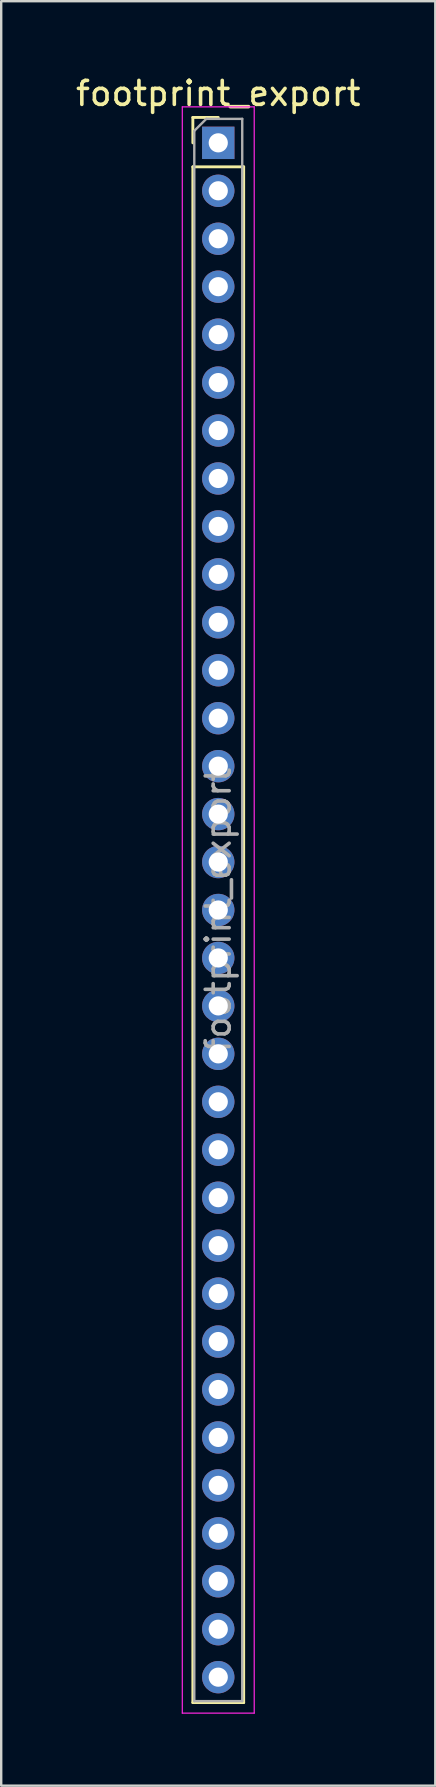
<source format=kicad_pcb>
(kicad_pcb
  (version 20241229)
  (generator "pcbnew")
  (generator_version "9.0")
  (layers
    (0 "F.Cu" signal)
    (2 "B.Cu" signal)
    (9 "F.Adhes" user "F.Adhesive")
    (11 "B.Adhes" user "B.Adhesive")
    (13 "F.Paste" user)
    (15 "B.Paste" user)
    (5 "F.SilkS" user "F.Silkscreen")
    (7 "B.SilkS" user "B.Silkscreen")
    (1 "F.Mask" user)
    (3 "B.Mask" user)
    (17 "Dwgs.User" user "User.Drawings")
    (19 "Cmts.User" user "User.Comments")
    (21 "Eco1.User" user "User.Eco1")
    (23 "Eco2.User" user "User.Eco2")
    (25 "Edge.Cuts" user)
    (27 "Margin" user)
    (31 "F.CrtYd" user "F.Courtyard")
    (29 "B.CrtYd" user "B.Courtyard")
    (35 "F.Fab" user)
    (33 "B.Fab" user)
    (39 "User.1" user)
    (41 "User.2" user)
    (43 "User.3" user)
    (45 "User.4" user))
  (footprint "footprint_export"
    (layer "F.Cu")
    (at 6.054 2.908)
    (property "Reference" "footprint_export" (at 0 -2.06 0) (layer "F.SilkS") (effects (font (size 1 1) (thickness 0.15))))
    (attr through_hole)
    (fp_line (start -1.06 -1.06) (end 0 -1.06) (stroke (width 0.12) (type solid)) (layer "F.SilkS"))
    (fp_line (start -1.06 0) (end -1.06 -1.06) (stroke (width 0.12) (type solid)) (layer "F.SilkS"))
    (fp_line (start -1.06 1) (end -1.06 65.06) (stroke (width 0.12) (type solid)) (layer "F.SilkS"))
    (fp_line (start -1.06 1) (end 1.06 1) (stroke (width 0.12) (type solid)) (layer "F.SilkS"))
    (fp_line (start -1.06 65.06) (end 1.06 65.06) (stroke (width 0.12) (type solid)) (layer "F.SilkS"))
    (fp_line (start 1.06 1) (end 1.06 65.06) (stroke (width 0.12) (type solid)) (layer "F.SilkS"))
    (fp_line (start -1.5 -1.5) (end -1.5 65.5) (stroke (width 0.05) (type solid)) (layer "F.CrtYd"))
    (fp_line (start -1.5 65.5) (end 1.5 65.5) (stroke (width 0.05) (type solid)) (layer "F.CrtYd"))
    (fp_line (start 1.5 -1.5) (end -1.5 -1.5) (stroke (width 0.05) (type solid)) (layer "F.CrtYd"))
    (fp_line (start 1.5 65.5) (end 1.5 -1.5) (stroke (width 0.05) (type solid)) (layer "F.CrtYd"))
    (fp_line (start -1 -0.5) (end -0.5 -1) (stroke (width 0.1) (type solid)) (layer "F.Fab"))
    (fp_line (start -1 65) (end -1 -0.5) (stroke (width 0.1) (type solid)) (layer "F.Fab"))
    (fp_line (start -0.5 -1) (end 1 -1) (stroke (width 0.1) (type solid)) (layer "F.Fab"))
    (fp_line (start 1 -1) (end 1 65) (stroke (width 0.1) (type solid)) (layer "F.Fab"))
    (fp_line (start 1 65) (end -1 65) (stroke (width 0.1) (type solid)) (layer "F.Fab"))
    (fp_text user "${REFERENCE}" (at 0 32 90) (layer "F.Fab") (effects (font (size 1 1) (thickness 0.15))))
    (pad "1" thru_hole rect (at 0 0) (size 1.35 1.35) (drill 0.8) (layers "*.Cu" "*.Mask"))
    (pad "2" thru_hole oval (at 0 2) (size 1.35 1.35) (drill 0.8) (layers "*.Cu" "*.Mask"))
    (pad "3" thru_hole oval (at 0 4) (size 1.35 1.35) (drill 0.8) (layers "*.Cu" "*.Mask"))
    (pad "4" thru_hole oval (at 0 6) (size 1.35 1.35) (drill 0.8) (layers "*.Cu" "*.Mask"))
    (pad "5" thru_hole oval (at 0 8) (size 1.35 1.35) (drill 0.8) (layers "*.Cu" "*.Mask"))
    (pad "6" thru_hole oval (at 0 10) (size 1.35 1.35) (drill 0.8) (layers "*.Cu" "*.Mask"))
    (pad "7" thru_hole oval (at 0 12) (size 1.35 1.35) (drill 0.8) (layers "*.Cu" "*.Mask"))
    (pad "8" thru_hole oval (at 0 14) (size 1.35 1.35) (drill 0.8) (layers "*.Cu" "*.Mask"))
    (pad "9" thru_hole oval (at 0 16) (size 1.35 1.35) (drill 0.8) (layers "*.Cu" "*.Mask"))
    (pad "10" thru_hole oval (at 0 18) (size 1.35 1.35) (drill 0.8) (layers "*.Cu" "*.Mask"))
    (pad "11" thru_hole oval (at 0 20) (size 1.35 1.35) (drill 0.8) (layers "*.Cu" "*.Mask"))
    (pad "12" thru_hole oval (at 0 22) (size 1.35 1.35) (drill 0.8) (layers "*.Cu" "*.Mask"))
    (pad "13" thru_hole oval (at 0 24) (size 1.35 1.35) (drill 0.8) (layers "*.Cu" "*.Mask"))
    (pad "14" thru_hole oval (at 0 26) (size 1.35 1.35) (drill 0.8) (layers "*.Cu" "*.Mask"))
    (pad "15" thru_hole oval (at 0 28) (size 1.35 1.35) (drill 0.8) (layers "*.Cu" "*.Mask"))
    (pad "16" thru_hole oval (at 0 30) (size 1.35 1.35) (drill 0.8) (layers "*.Cu" "*.Mask"))
    (pad "17" thru_hole oval (at 0 32) (size 1.35 1.35) (drill 0.8) (layers "*.Cu" "*.Mask"))
    (pad "18" thru_hole oval (at 0 34) (size 1.35 1.35) (drill 0.8) (layers "*.Cu" "*.Mask"))
    (pad "19" thru_hole oval (at 0 36) (size 1.35 1.35) (drill 0.8) (layers "*.Cu" "*.Mask"))
    (pad "20" thru_hole oval (at 0 38) (size 1.35 1.35) (drill 0.8) (layers "*.Cu" "*.Mask"))
    (pad "21" thru_hole oval (at 0 40) (size 1.35 1.35) (drill 0.8) (layers "*.Cu" "*.Mask"))
    (pad "22" thru_hole oval (at 0 42) (size 1.35 1.35) (drill 0.8) (layers "*.Cu" "*.Mask"))
    (pad "23" thru_hole oval (at 0 44) (size 1.35 1.35) (drill 0.8) (layers "*.Cu" "*.Mask"))
    (pad "24" thru_hole oval (at 0 46) (size 1.35 1.35) (drill 0.8) (layers "*.Cu" "*.Mask"))
    (pad "25" thru_hole oval (at 0 48) (size 1.35 1.35) (drill 0.8) (layers "*.Cu" "*.Mask"))
    (pad "26" thru_hole oval (at 0 50) (size 1.35 1.35) (drill 0.8) (layers "*.Cu" "*.Mask"))
    (pad "27" thru_hole oval (at 0 52) (size 1.35 1.35) (drill 0.8) (layers "*.Cu" "*.Mask"))
    (pad "28" thru_hole oval (at 0 54) (size 1.35 1.35) (drill 0.8) (layers "*.Cu" "*.Mask"))
    (pad "29" thru_hole oval (at 0 56) (size 1.35 1.35) (drill 0.8) (layers "*.Cu" "*.Mask"))
    (pad "30" thru_hole oval (at 0 58) (size 1.35 1.35) (drill 0.8) (layers "*.Cu" "*.Mask"))
    (pad "31" thru_hole oval (at 0 60) (size 1.35 1.35) (drill 0.8) (layers "*.Cu" "*.Mask"))
    (pad "32" thru_hole oval (at 0 62) (size 1.35 1.35) (drill 0.8) (layers "*.Cu" "*.Mask"))
    (pad "33" thru_hole oval (at 0 64) (size 1.35 1.35) (drill 0.8) (layers "*.Cu" "*.Mask")))
  (gr_rect
    (start -3 -3)
    (end 15.107 71.433)
    (stroke (width 0.1) (type default))
    (fill no)
    (layer "Edge.Cuts")))
</source>
